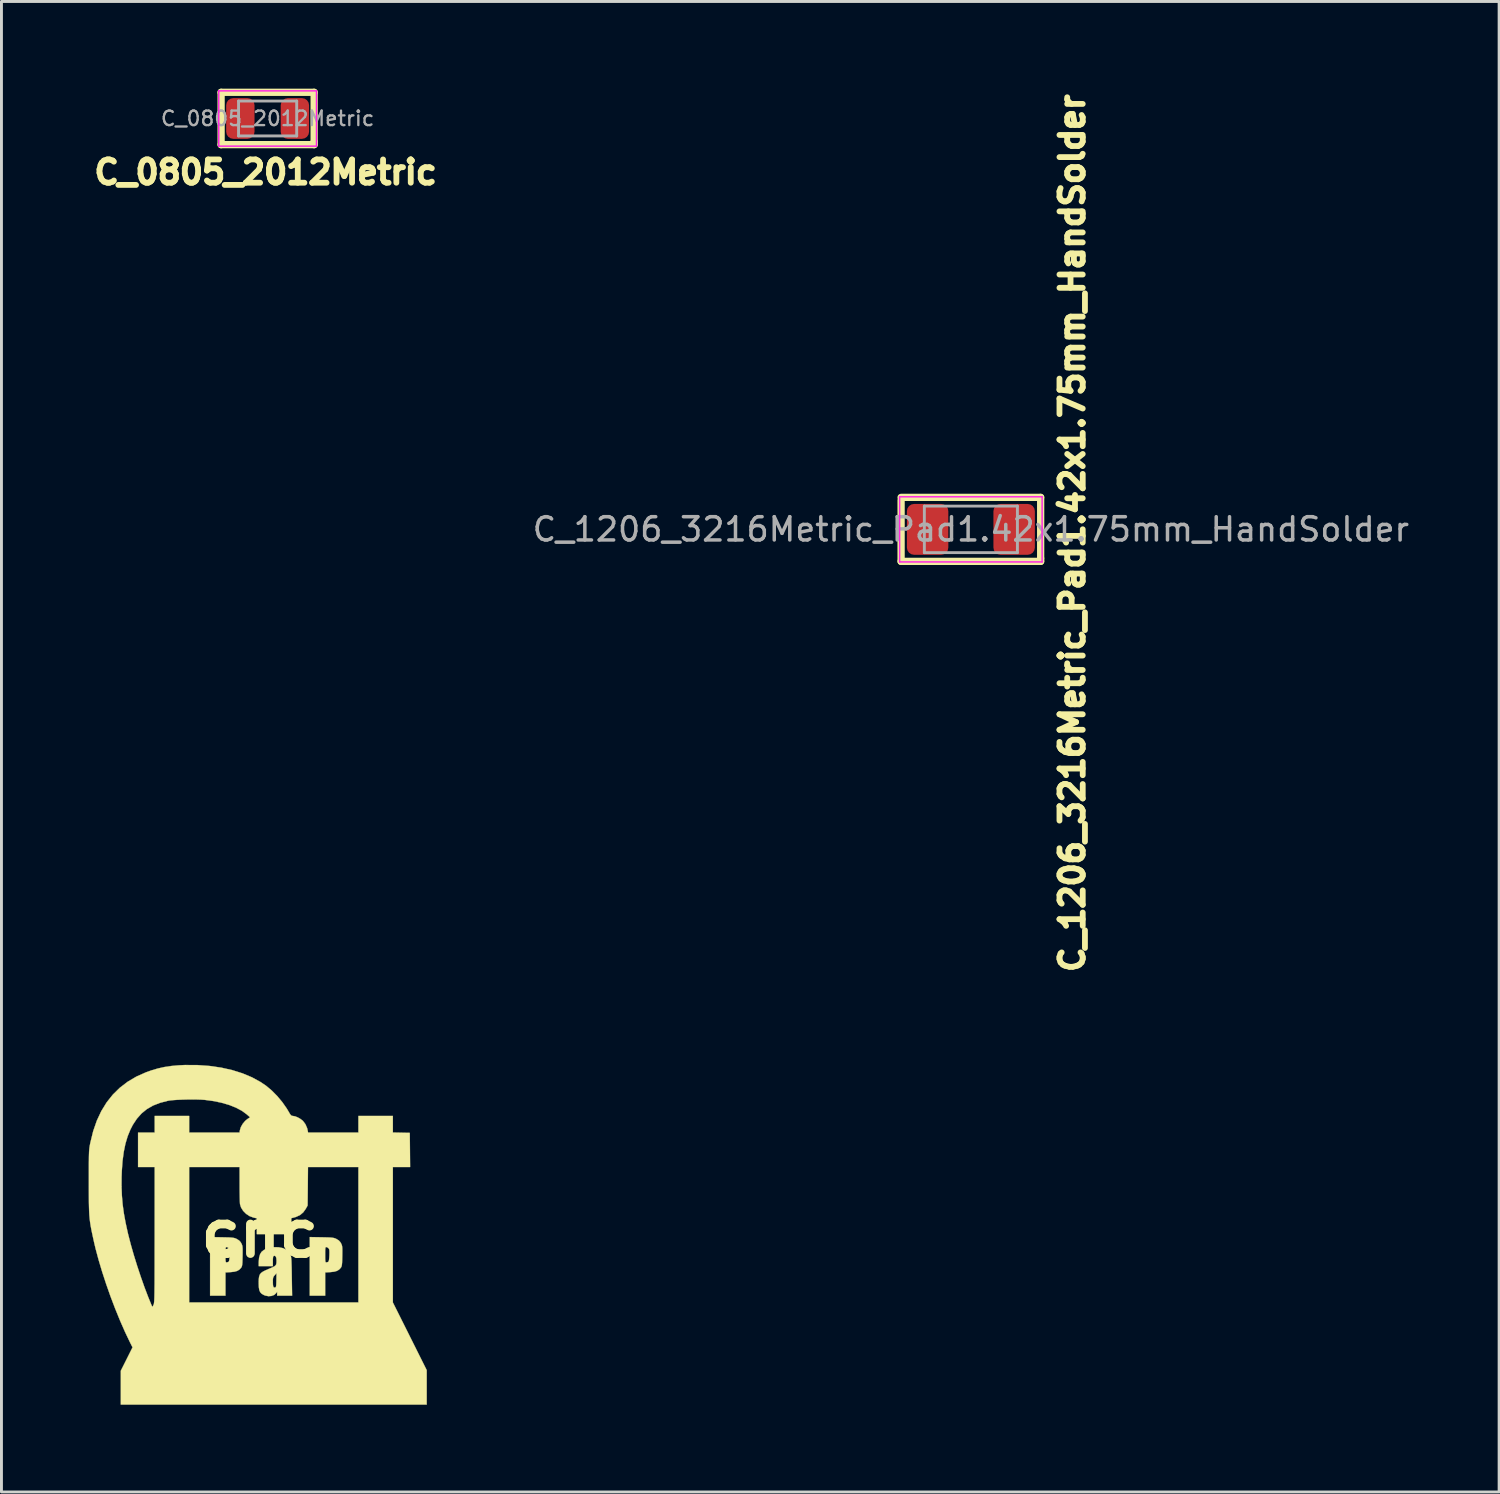
<source format=kicad_pcb>
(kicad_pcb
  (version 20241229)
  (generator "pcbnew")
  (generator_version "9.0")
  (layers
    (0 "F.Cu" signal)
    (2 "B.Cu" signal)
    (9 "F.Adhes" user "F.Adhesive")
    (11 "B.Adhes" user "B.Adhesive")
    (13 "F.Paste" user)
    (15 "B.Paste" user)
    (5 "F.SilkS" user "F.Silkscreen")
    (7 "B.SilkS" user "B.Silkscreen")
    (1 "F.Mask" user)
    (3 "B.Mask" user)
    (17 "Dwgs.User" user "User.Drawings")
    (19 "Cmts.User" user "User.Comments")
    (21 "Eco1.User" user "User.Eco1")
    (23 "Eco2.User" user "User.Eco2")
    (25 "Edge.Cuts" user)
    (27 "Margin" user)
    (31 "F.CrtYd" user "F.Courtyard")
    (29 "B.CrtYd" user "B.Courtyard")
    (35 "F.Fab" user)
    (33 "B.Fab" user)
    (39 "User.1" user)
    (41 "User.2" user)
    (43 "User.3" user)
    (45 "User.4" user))
  (footprint "C_0805_2012Metric"
    (layer "F.Cu")
    (at 6.154 1.025)
    (property "Reference" "C_0805_2012Metric" (at -0.068 1.849 0) (layer "F.SilkS") (effects (font (size 0.8 0.8) (thickness 0.2))))
    (attr smd)
    (fp_line (start -1.6 -0.9) (end 1.6 -0.9) (stroke (width 0.25) (type solid)) (layer "F.SilkS"))
    (fp_line (start -1.6 0.9) (end -1.6 -0.9) (stroke (width 0.25) (type solid)) (layer "F.SilkS"))
    (fp_line (start 1.6 -0.9) (end 1.6 0.8) (stroke (width 0.25) (type solid)) (layer "F.SilkS"))
    (fp_line (start 1.6 0.8) (end 1.6 0.9) (stroke (width 0.25) (type solid)) (layer "F.SilkS"))
    (fp_line (start 1.6 0.9) (end -1.6 0.9) (stroke (width 0.25) (type solid)) (layer "F.SilkS"))
    (fp_line (start -1.68 -0.95) (end 1.68 -0.95) (stroke (width 0.05) (type solid)) (layer "F.CrtYd"))
    (fp_line (start -1.68 0.95) (end -1.68 -0.95) (stroke (width 0.05) (type solid)) (layer "F.CrtYd"))
    (fp_line (start 1.68 -0.95) (end 1.68 0.95) (stroke (width 0.05) (type solid)) (layer "F.CrtYd"))
    (fp_line (start 1.68 0.95) (end -1.68 0.95) (stroke (width 0.05) (type solid)) (layer "F.CrtYd"))
    (fp_line (start -1 -0.6) (end 1 -0.6) (stroke (width 0.1) (type solid)) (layer "F.Fab"))
    (fp_line (start -1 0.6) (end -1 -0.6) (stroke (width 0.1) (type solid)) (layer "F.Fab"))
    (fp_line (start 1 -0.6) (end 1 0.6) (stroke (width 0.1) (type solid)) (layer "F.Fab"))
    (fp_line (start 1 0.6) (end -1 0.6) (stroke (width 0.1) (type solid)) (layer "F.Fab"))
    (fp_text user "${REFERENCE}" (at 0 0 0) (layer "F.Fab") (effects (font (size 0.5 0.5) (thickness 0.08))))
    (pad "1" smd roundrect (at -0.938 0) (size 0.975 1.4) (layers "F.Cu" "F.Mask" "F.Paste") (roundrect_rratio 0.25))
    (pad "2" smd roundrect (at 0.938 0) (size 0.975 1.4) (layers "F.Cu" "F.Mask" "F.Paste") (roundrect_rratio 0.25)))
  (footprint "C_1206_3216Metric_Pad1.42x1.75mm_HandSolder"
    (layer "F.Cu")
    (at 30.34 15.156)
    (property "Reference" "C_1206_3216Metric_Pad1.42x1.75mm_HandSolder" (at 3.487 0.13 270) (layer "F.SilkS") (effects (font (size 0.8 0.8) (thickness 0.2))))
    (attr smd)
    (fp_line (start -2.4 -1.1) (end 2.4 -1.1) (stroke (width 0.25) (type solid)) (layer "F.SilkS"))
    (fp_line (start -2.4 1.1) (end -2.4 -1) (stroke (width 0.25) (type solid)) (layer "F.SilkS"))
    (fp_line (start 2.4 -1.1) (end 2.4 1) (stroke (width 0.25) (type solid)) (layer "F.SilkS"))
    (fp_line (start 2.4 1) (end 2.4 1.1) (stroke (width 0.25) (type solid)) (layer "F.SilkS"))
    (fp_line (start 2.4 1.1) (end -2.4 1.1) (stroke (width 0.25) (type solid)) (layer "F.SilkS"))
    (fp_line (start -2.45 -1.12) (end 2.45 -1.12) (stroke (width 0.05) (type solid)) (layer "F.CrtYd"))
    (fp_line (start -2.45 1.12) (end -2.45 -1.12) (stroke (width 0.05) (type solid)) (layer "F.CrtYd"))
    (fp_line (start 2.45 -1.12) (end 2.45 1.12) (stroke (width 0.05) (type solid)) (layer "F.CrtYd"))
    (fp_line (start 2.45 1.12) (end -2.45 1.12) (stroke (width 0.05) (type solid)) (layer "F.CrtYd"))
    (fp_line (start -1.6 -0.8) (end 1.6 -0.8) (stroke (width 0.1) (type solid)) (layer "F.Fab"))
    (fp_line (start -1.6 0.8) (end -1.6 -0.8) (stroke (width 0.1) (type solid)) (layer "F.Fab"))
    (fp_line (start 1.6 -0.8) (end 1.6 0.8) (stroke (width 0.1) (type solid)) (layer "F.Fab"))
    (fp_line (start 1.6 0.8) (end -1.6 0.8) (stroke (width 0.1) (type solid)) (layer "F.Fab"))
    (fp_text user "${REFERENCE}" (at 0 0 0) (layer "F.Fab") (effects (font (size 0.8 0.8) (thickness 0.12))))
    (pad "1" smd roundrect (at -1.488 0) (size 1.425 1.75) (layers "F.Cu" "F.Mask" "F.Paste") (roundrect_rratio 0.175))
    (pad "2" smd roundrect (at 1.488 0) (size 1.425 1.75) (layers "F.Cu" "F.Mask" "F.Paste") (roundrect_rratio 0.175)))
  (footprint "cnc"
    (layer "F.Cu")
    (at 5.889 39.372)
    (property "Reference" "cnc" (at 0 0 0) (layer "F.SilkS") (effects (font (size 1.524 1.524) (thickness 0.3))))
    (attr through_hole)
    (fp_poly (pts (xy -1.307 0.13) (xy -1.165 0.133) (xy -1.057 0.136) (xy -0.978 0.141) (xy -0.92 0.148) (xy -0.875 0.157) (xy -0.837 0.17) (xy -0.798 0.188) (xy -0.794 0.191) (xy -0.716 0.239) (xy -0.663 0.298) (xy -0.639 0.339) (xy -0.621 0.377) (xy -0.608 0.414) (xy -0.6 0.458) (xy -0.596 0.517) (xy -0.595 0.598) (xy -0.596 0.71) (xy -0.597 0.776) (xy -0.6 0.906) (xy -0.603 1.001) (xy -0.609 1.068) (xy -0.617 1.114) (xy -0.628 1.147) (xy -0.644 1.173) (xy -0.648 1.179) (xy -0.708 1.243) (xy -0.783 1.287) (xy -0.88 1.314) (xy -1.006 1.328) (xy -1.185 1.339) (xy -1.185 2.138) (xy -1.714 2.138) (xy -1.714 0.73) (xy -1.185 0.73) (xy -1.185 0.841) (xy -1.183 0.915) (xy -1.178 0.961) (xy -1.169 0.985) (xy -1.156 0.994) (xy -1.148 0.995) (xy -1.097 0.983) (xy -1.079 0.974) (xy -1.063 0.952) (xy -1.052 0.904) (xy -1.044 0.825) (xy -1.04 0.751) (xy -1.038 0.652) (xy -1.04 0.586) (xy -1.048 0.543) (xy -1.063 0.515) (xy -1.07 0.507) (xy -1.113 0.475) (xy -1.146 0.466) (xy -1.163 0.469) (xy -1.174 0.483) (xy -1.18 0.515) (xy -1.184 0.571) (xy -1.185 0.659) (xy -1.185 0.73) (xy -1.714 0.73) (xy -1.714 0.123) (xy -1.307 0.13)) (stroke (width 0.01) (type solid)) (fill yes) (layer "F.SilkS"))
    (fp_poly (pts (xy 2.122 0.13) (xy 2.264 0.133) (xy 2.372 0.136) (xy 2.451 0.141) (xy 2.509 0.148) (xy 2.554 0.157) (xy 2.592 0.17) (xy 2.631 0.188) (xy 2.635 0.191) (xy 2.713 0.239) (xy 2.766 0.298) (xy 2.79 0.339) (xy 2.808 0.377) (xy 2.821 0.414) (xy 2.829 0.458) (xy 2.833 0.517) (xy 2.834 0.598) (xy 2.833 0.71) (xy 2.832 0.776) (xy 2.829 0.906) (xy 2.826 1.001) (xy 2.82 1.068) (xy 2.812 1.114) (xy 2.801 1.147) (xy 2.785 1.173) (xy 2.781 1.179) (xy 2.721 1.243) (xy 2.646 1.287) (xy 2.549 1.314) (xy 2.423 1.328) (xy 2.244 1.339) (xy 2.244 2.138) (xy 1.714 2.138) (xy 1.714 0.73) (xy 2.244 0.73) (xy 2.244 0.841) (xy 2.246 0.915) (xy 2.251 0.961) (xy 2.26 0.985) (xy 2.273 0.994) (xy 2.281 0.995) (xy 2.332 0.983) (xy 2.349 0.974) (xy 2.366 0.952) (xy 2.377 0.904) (xy 2.385 0.825) (xy 2.389 0.751) (xy 2.391 0.652) (xy 2.389 0.586) (xy 2.381 0.543) (xy 2.366 0.515) (xy 2.359 0.507) (xy 2.316 0.475) (xy 2.283 0.466) (xy 2.266 0.469) (xy 2.255 0.483) (xy 2.249 0.515) (xy 2.245 0.571) (xy 2.244 0.659) (xy 2.244 0.73) (xy 1.714 0.73) (xy 1.714 0.123) (xy 2.122 0.13)) (stroke (width 0.01) (type solid)) (fill yes) (layer "F.SilkS"))
    (fp_poly (pts (xy 0.644 0.473) (xy 0.792 0.503) (xy 0.912 0.56) (xy 1.001 0.645) (xy 1.042 0.716) (xy 1.055 0.746) (xy 1.065 0.779) (xy 1.072 0.82) (xy 1.079 0.874) (xy 1.084 0.946) (xy 1.087 1.041) (xy 1.091 1.163) (xy 1.094 1.319) (xy 1.096 1.476) (xy 1.107 2.138) (xy 0.593 2.138) (xy 0.593 2.001) (xy 0.558 2.051) (xy 0.491 2.112) (xy 0.4 2.147) (xy 0.294 2.156) (xy 0.185 2.135) (xy 0.126 2.111) (xy 0.057 2.069) (xy 0.009 2.016) (xy -0.021 1.946) (xy -0.037 1.851) (xy -0.042 1.722) (xy -0.042 1.709) (xy -0.041 1.649) (xy 0.445 1.649) (xy 0.445 1.65) (xy 0.447 1.749) (xy 0.455 1.814) (xy 0.472 1.848) (xy 0.498 1.859) (xy 0.516 1.858) (xy 0.535 1.853) (xy 0.548 1.839) (xy 0.557 1.809) (xy 0.562 1.755) (xy 0.565 1.67) (xy 0.566 1.609) (xy 0.571 1.365) (xy 0.508 1.434) (xy 0.474 1.476) (xy 0.455 1.516) (xy 0.446 1.569) (xy 0.445 1.649) (xy -0.041 1.649) (xy -0.04 1.583) (xy -0.029 1.487) (xy -0.005 1.415) (xy 0.039 1.358) (xy 0.107 1.309) (xy 0.206 1.26) (xy 0.311 1.215) (xy 0.416 1.171) (xy 0.489 1.135) (xy 0.534 1.101) (xy 0.559 1.063) (xy 0.569 1.013) (xy 0.571 0.946) (xy 0.572 0.941) (xy 0.564 0.843) (xy 0.541 0.784) (xy 0.503 0.764) (xy 0.477 0.77) (xy 0.46 0.786) (xy 0.45 0.824) (xy 0.445 0.892) (xy 0.445 0.952) (xy 0.445 1.122) (xy -0.042 1.122) (xy -0.041 0.979) (xy -0.029 0.834) (xy 0.005 0.715) (xy 0.056 0.631) (xy 0.141 0.564) (xy 0.256 0.513) (xy 0.393 0.479) (xy 0.468 0.471) (xy 0.644 0.473)) (stroke (width 0.01) (type solid)) (fill yes) (layer "F.SilkS"))
    (fp_poly (pts (xy -2.148 -5.792) (xy -1.73 -5.762) (xy -1.33 -5.704) (xy -0.952 -5.619) (xy -0.597 -5.507) (xy -0.271 -5.37) (xy 0.026 -5.207) (xy 0.212 -5.081) (xy 0.404 -4.92) (xy 0.593 -4.729) (xy 0.768 -4.52) (xy 0.919 -4.305) (xy 0.984 -4.196) (xy 1.028 -4.12) (xy 1.061 -4.074) (xy 1.089 -4.051) (xy 1.12 -4.044) (xy 1.132 -4.043) (xy 1.21 -4.029) (xy 1.303 -3.992) (xy 1.395 -3.939) (xy 1.473 -3.879) (xy 1.48 -3.872) (xy 1.564 -3.761) (xy 1.623 -3.626) (xy 1.641 -3.551) (xy 1.656 -3.471) (xy 3.387 -3.471) (xy 3.387 -4.043) (xy 4.572 -4.043) (xy 4.572 -3.473) (xy 4.863 -3.467) (xy 5.154 -3.461) (xy 5.16 -2.873) (xy 5.165 -2.286) (xy 4.572 -2.286) (xy 4.572 2.371) (xy 5.154 3.535) (xy 5.736 4.699) (xy 5.736 5.884) (xy -4.784 5.884) (xy -4.784 4.72) (xy -4.582 4.318) (xy -4.381 3.916) (xy -4.474 3.731) (xy -4.643 3.376) (xy -4.812 2.991) (xy -4.978 2.584) (xy -5.138 2.164) (xy -5.288 1.738) (xy -5.426 1.316) (xy -5.548 0.907) (xy -5.652 0.519) (xy -5.705 0.295) (xy -5.742 0.125) (xy -5.774 -0.023) (xy -5.801 -0.155) (xy -5.823 -0.277) (xy -5.841 -0.393) (xy -5.855 -0.508) (xy -5.866 -0.629) (xy -5.873 -0.76) (xy -5.878 -0.907) (xy -5.882 -1.075) (xy -5.883 -1.269) (xy -5.884 -1.495) (xy -5.884 -1.612) (xy -4.759 -1.612) (xy -4.747 -1.302) (xy -4.721 -0.998) (xy -4.679 -0.691) (xy -4.62 -0.37) (xy -4.544 -0.023) (xy -4.53 0.035) (xy -4.442 0.376) (xy -4.338 0.74) (xy -4.222 1.114) (xy -4.098 1.487) (xy -3.97 1.85) (xy -3.84 2.191) (xy -3.736 2.444) (xy -3.7 2.528) (xy -3.66 2.455) (xy -3.654 2.442) (xy -3.649 2.426) (xy -3.644 2.404) (xy -3.64 2.375) (xy -3.636 2.335) (xy -3.633 2.282) (xy -3.63 2.214) (xy -3.628 2.129) (xy -3.626 2.024) (xy -3.625 1.896) (xy -3.623 1.744) (xy -3.622 1.564) (xy -3.622 1.355) (xy -3.621 1.115) (xy -3.621 0.839) (xy -3.621 0.527) (xy -3.62 0.176) (xy -3.62 0.048) (xy -3.619 -2.286) (xy -2.434 -2.286) (xy -2.434 2.371) (xy 3.387 2.371) (xy 3.387 -2.286) (xy 1.653 -2.286) (xy 1.647 -1.625) (xy 1.64 -0.963) (xy 1.577 -0.849) (xy 1.49 -0.727) (xy 1.379 -0.634) (xy 1.238 -0.569) (xy 1.138 -0.541) (xy 1.079 -0.528) (xy 1.079 0.021) (xy -0.106 0.021) (xy -0.106 -0.522) (xy -0.222 -0.548) (xy -0.355 -0.597) (xy -0.475 -0.676) (xy -0.576 -0.778) (xy -0.649 -0.895) (xy -0.685 -1.01) (xy -0.688 -1.052) (xy -0.691 -1.13) (xy -0.694 -1.237) (xy -0.696 -1.368) (xy -0.698 -1.516) (xy -0.698 -1.675) (xy -0.698 -1.688) (xy -0.699 -2.286) (xy -2.434 -2.286) (xy -3.619 -2.286) (xy -4.191 -2.286) (xy -4.191 -3.471) (xy -3.619 -3.471) (xy -3.619 -4.043) (xy -2.434 -4.043) (xy -2.434 -3.471) (xy -0.702 -3.471) (xy -0.688 -3.554) (xy -0.654 -3.662) (xy -0.591 -3.773) (xy -0.509 -3.871) (xy -0.439 -3.93) (xy -0.339 -3.997) (xy -0.45 -4.095) (xy -0.617 -4.218) (xy -0.821 -4.327) (xy -1.057 -4.421) (xy -1.322 -4.498) (xy -1.61 -4.557) (xy -1.9 -4.596) (xy -2.023 -4.604) (xy -2.171 -4.609) (xy -2.335 -4.611) (xy -2.507 -4.609) (xy -2.679 -4.604) (xy -2.841 -4.597) (xy -2.985 -4.587) (xy -3.102 -4.575) (xy -3.166 -4.564) (xy -3.439 -4.493) (xy -3.679 -4.399) (xy -3.888 -4.278) (xy -4.071 -4.129) (xy -4.231 -3.949) (xy -4.372 -3.735) (xy -4.455 -3.573) (xy -4.549 -3.344) (xy -4.625 -3.09) (xy -4.683 -2.808) (xy -4.725 -2.494) (xy -4.75 -2.146) (xy -4.757 -1.941) (xy -4.759 -1.612) (xy -5.884 -1.612) (xy -5.884 -1.758) (xy -5.884 -1.761) (xy -5.884 -2.005) (xy -5.884 -2.211) (xy -5.884 -2.384) (xy -5.882 -2.526) (xy -5.881 -2.643) (xy -5.878 -2.739) (xy -5.875 -2.818) (xy -5.87 -2.883) (xy -5.864 -2.941) (xy -5.856 -2.994) (xy -5.847 -3.046) (xy -5.836 -3.103) (xy -5.83 -3.13) (xy -5.734 -3.521) (xy -5.609 -3.881) (xy -5.455 -4.21) (xy -5.272 -4.508) (xy -5.059 -4.776) (xy -4.818 -5.013) (xy -4.546 -5.221) (xy -4.246 -5.398) (xy -3.915 -5.545) (xy -3.737 -5.608) (xy -3.511 -5.675) (xy -3.288 -5.725) (xy -3.058 -5.76) (xy -2.808 -5.783) (xy -2.582 -5.794) (xy -2.148 -5.792)) (stroke (width 0.01) (type solid)) (fill yes) (layer "F.SilkS")))
  (gr_rect
    (start -3 -3)
    (end 48.507 48.261)
    (stroke (width 0.1) (type default))
    (fill no)
    (layer "Edge.Cuts")))
</source>
